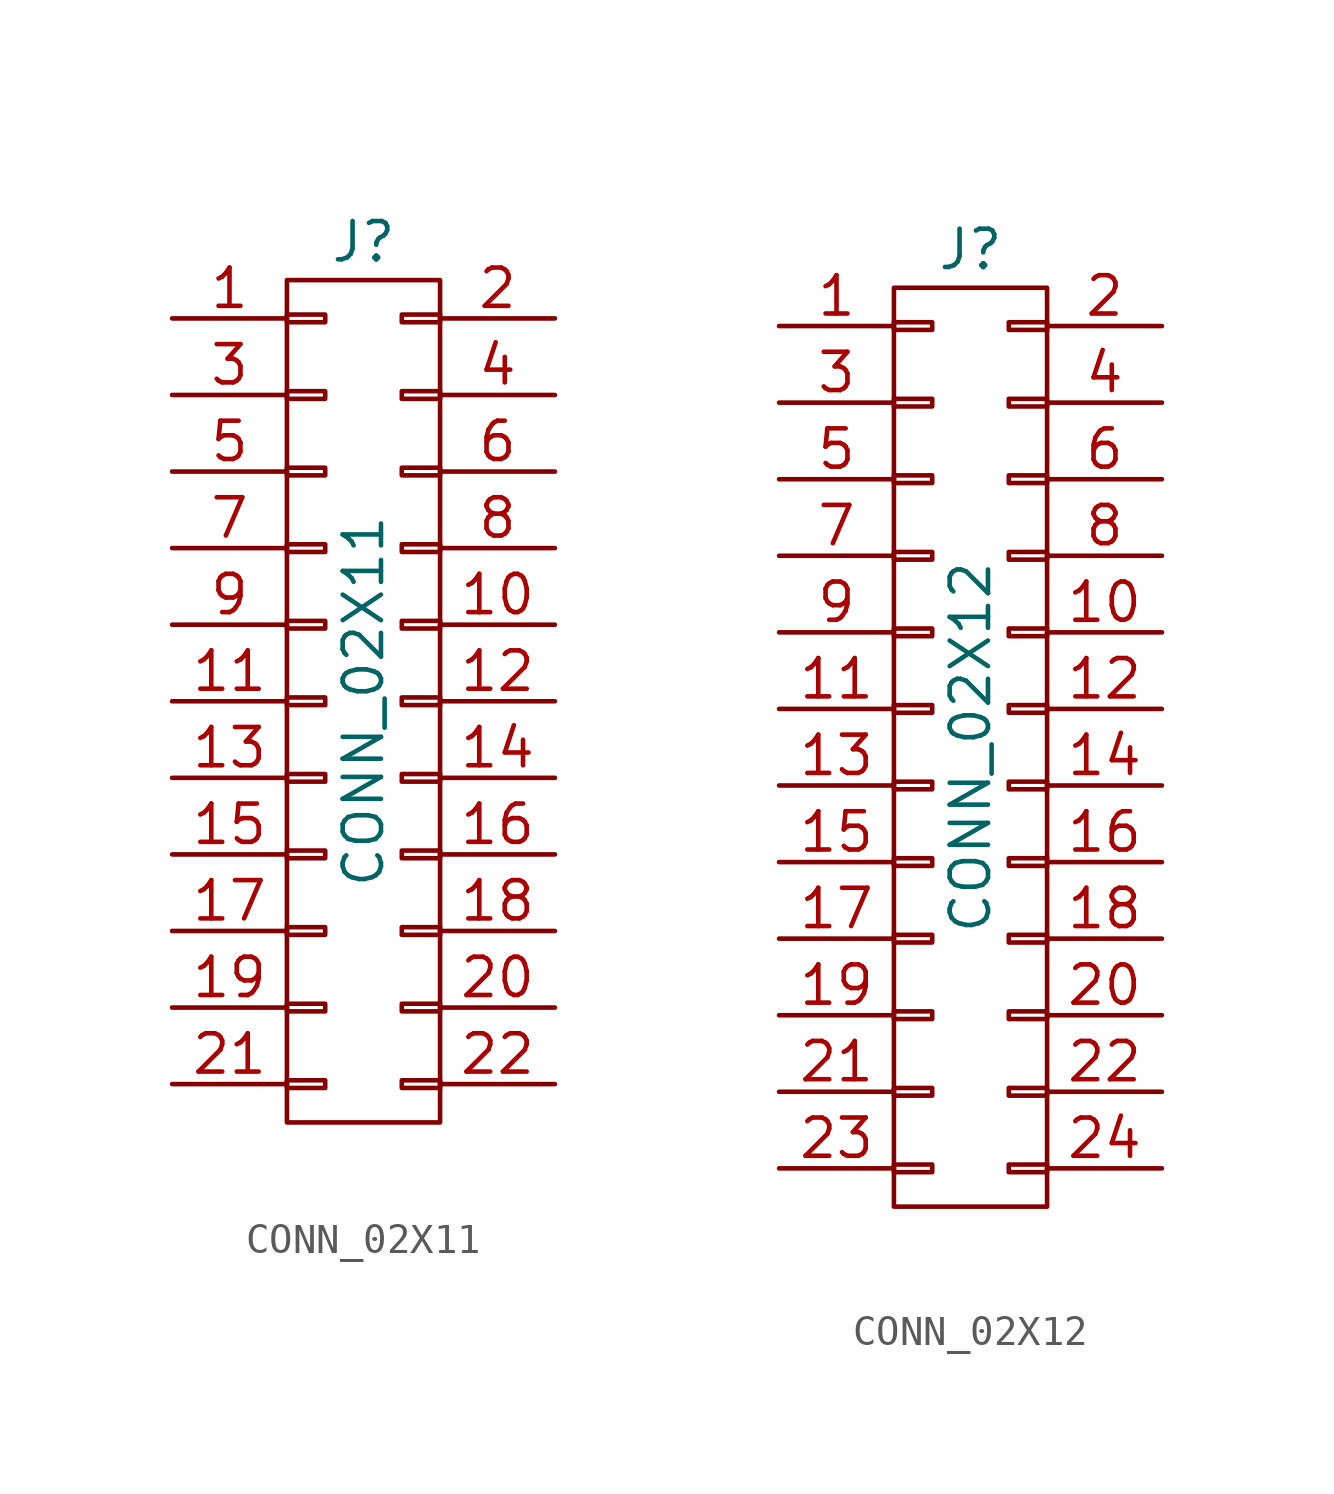
<source format=kicad_sym>
(kicad_symbol_lib
  (version 20211014)
  (generator kicad_symbol_editor)
  (symbol "CONN_02X11"
    (pin_names
      (offset 0.025) hide)
    (property "Reference" "J"
      (at 0 15.24 0)
      (effects (font (size 1.27 1.27))))
    (property "Value" "CONN_02X11"
      (at 0 0 90)
      (effects (font (size 1.27 1.27))))
    (symbol "CONN_02X11_0_1"
      (rectangle (start -2.54 -12.573) (end -1.27 -12.827) (stroke (width 0) (type default) (color 0 0 0 0)) (fill (type none)))
      (rectangle (start -2.54 -10.033) (end -1.27 -10.287) (stroke (width 0) (type default) (color 0 0 0 0)) (fill (type none)))
      (rectangle (start -2.54 -7.493) (end -1.27 -7.747) (stroke (width 0) (type default) (color 0 0 0 0)) (fill (type none)))
      (rectangle (start -2.54 -4.953) (end -1.27 -5.207) (stroke (width 0) (type default) (color 0 0 0 0)) (fill (type none)))
      (rectangle (start -2.54 -2.413) (end -1.27 -2.667) (stroke (width 0) (type default) (color 0 0 0 0)) (fill (type none)))
      (rectangle (start -2.54 0.127) (end -1.27 -0.127) (stroke (width 0) (type default) (color 0 0 0 0)) (fill (type none)))
      (rectangle (start -2.54 2.667) (end -1.27 2.413) (stroke (width 0) (type default) (color 0 0 0 0)) (fill (type none)))
      (rectangle (start -2.54 5.207) (end -1.27 4.953) (stroke (width 0) (type default) (color 0 0 0 0)) (fill (type none)))
      (rectangle (start -2.54 7.747) (end -1.27 7.493) (stroke (width 0) (type default) (color 0 0 0 0)) (fill (type none)))
      (rectangle (start -2.54 10.287) (end -1.27 10.033) (stroke (width 0) (type default) (color 0 0 0 0)) (fill (type none)))
      (rectangle (start -2.54 12.827) (end -1.27 12.573) (stroke (width 0) (type default) (color 0 0 0 0)) (fill (type none)))
      (rectangle (start -2.54 13.97) (end 2.54 -13.97) (stroke (width 0) (type default) (color 0 0 0 0)) (fill (type none)))
      (rectangle (start 1.27 -12.573) (end 2.54 -12.827) (stroke (width 0) (type default) (color 0 0 0 0)) (fill (type none)))
      (rectangle (start 1.27 -10.033) (end 2.54 -10.287) (stroke (width 0) (type default) (color 0 0 0 0)) (fill (type none)))
      (rectangle (start 1.27 -7.493) (end 2.54 -7.747) (stroke (width 0) (type default) (color 0 0 0 0)) (fill (type none)))
      (rectangle (start 1.27 -4.953) (end 2.54 -5.207) (stroke (width 0) (type default) (color 0 0 0 0)) (fill (type none)))
      (rectangle (start 1.27 -2.413) (end 2.54 -2.667) (stroke (width 0) (type default) (color 0 0 0 0)) (fill (type none)))
      (rectangle (start 1.27 0.127) (end 2.54 -0.127) (stroke (width 0) (type default) (color 0 0 0 0)) (fill (type none)))
      (rectangle (start 1.27 2.667) (end 2.54 2.413) (stroke (width 0) (type default) (color 0 0 0 0)) (fill (type none)))
      (rectangle (start 1.27 5.207) (end 2.54 4.953) (stroke (width 0) (type default) (color 0 0 0 0)) (fill (type none)))
      (rectangle (start 1.27 7.747) (end 2.54 7.493) (stroke (width 0) (type default) (color 0 0 0 0)) (fill (type none)))
      (rectangle (start 1.27 10.287) (end 2.54 10.033) (stroke (width 0) (type default) (color 0 0 0 0)) (fill (type none)))
      (rectangle (start 1.27 12.827) (end 2.54 12.573) (stroke (width 0) (type default) (color 0 0 0 0)) (fill (type none))))
    (symbol "CONN_02X11_1_1"
      (pin passive line (at -6.35 12.7 0) (length 3.81) (name "P1" (effects (font (size 1.27 1.27)))) (number "1" (effects (font (size 1.27 1.27)))))
      (pin passive line (at 6.35 2.54 180) (length 3.81) (name "P10" (effects (font (size 1.27 1.27)))) (number "10" (effects (font (size 1.27 1.27)))))
      (pin passive line (at -6.35 0 0) (length 3.81) (name "P11" (effects (font (size 1.27 1.27)))) (number "11" (effects (font (size 1.27 1.27)))))
      (pin passive line (at 6.35 0 180) (length 3.81) (name "P12" (effects (font (size 1.27 1.27)))) (number "12" (effects (font (size 1.27 1.27)))))
      (pin passive line (at -6.35 -2.54 0) (length 3.81) (name "P13" (effects (font (size 1.27 1.27)))) (number "13" (effects (font (size 1.27 1.27)))))
      (pin passive line (at 6.35 -2.54 180) (length 3.81) (name "P14" (effects (font (size 1.27 1.27)))) (number "14" (effects (font (size 1.27 1.27)))))
      (pin passive line (at -6.35 -5.08 0) (length 3.81) (name "P15" (effects (font (size 1.27 1.27)))) (number "15" (effects (font (size 1.27 1.27)))))
      (pin passive line (at 6.35 -5.08 180) (length 3.81) (name "P16" (effects (font (size 1.27 1.27)))) (number "16" (effects (font (size 1.27 1.27)))))
      (pin passive line (at -6.35 -7.62 0) (length 3.81) (name "P17" (effects (font (size 1.27 1.27)))) (number "17" (effects (font (size 1.27 1.27)))))
      (pin passive line (at 6.35 -7.62 180) (length 3.81) (name "P18" (effects (font (size 1.27 1.27)))) (number "18" (effects (font (size 1.27 1.27)))))
      (pin passive line (at -6.35 -10.16 0) (length 3.81) (name "P19" (effects (font (size 1.27 1.27)))) (number "19" (effects (font (size 1.27 1.27)))))
      (pin passive line (at 6.35 12.7 180) (length 3.81) (name "P2" (effects (font (size 1.27 1.27)))) (number "2" (effects (font (size 1.27 1.27)))))
      (pin passive line (at 6.35 -10.16 180) (length 3.81) (name "P20" (effects (font (size 1.27 1.27)))) (number "20" (effects (font (size 1.27 1.27)))))
      (pin passive line (at -6.35 -12.7 0) (length 3.81) (name "P21" (effects (font (size 1.27 1.27)))) (number "21" (effects (font (size 1.27 1.27)))))
      (pin passive line (at 6.35 -12.7 180) (length 3.81) (name "P22" (effects (font (size 1.27 1.27)))) (number "22" (effects (font (size 1.27 1.27)))))
      (pin passive line (at -6.35 10.16 0) (length 3.81) (name "P3" (effects (font (size 1.27 1.27)))) (number "3" (effects (font (size 1.27 1.27)))))
      (pin passive line (at 6.35 10.16 180) (length 3.81) (name "P4" (effects (font (size 1.27 1.27)))) (number "4" (effects (font (size 1.27 1.27)))))
      (pin passive line (at -6.35 7.62 0) (length 3.81) (name "P5" (effects (font (size 1.27 1.27)))) (number "5" (effects (font (size 1.27 1.27)))))
      (pin passive line (at 6.35 7.62 180) (length 3.81) (name "P6" (effects (font (size 1.27 1.27)))) (number "6" (effects (font (size 1.27 1.27)))))
      (pin passive line (at -6.35 5.08 0) (length 3.81) (name "P7" (effects (font (size 1.27 1.27)))) (number "7" (effects (font (size 1.27 1.27)))))
      (pin passive line (at 6.35 5.08 180) (length 3.81) (name "P8" (effects (font (size 1.27 1.27)))) (number "8" (effects (font (size 1.27 1.27)))))
      (pin passive line (at -6.35 2.54 0) (length 3.81) (name "P9" (effects (font (size 1.27 1.27)))) (number "9" (effects (font (size 1.27 1.27)))))))
  (symbol "CONN_02X12"
    (pin_names
      (offset 0.025) hide)
    (property "Reference" "J"
      (at 0 16.51 0)
      (effects (font (size 1.27 1.27))))
    (property "Value" "CONN_02X12"
      (at 0 0 90)
      (effects (font (size 1.27 1.27))))
    (symbol "CONN_02X12_0_1"
      (rectangle (start -2.54 -13.843) (end -1.27 -14.097) (stroke (width 0) (type default) (color 0 0 0 0)) (fill (type none)))
      (rectangle (start -2.54 -11.303) (end -1.27 -11.557) (stroke (width 0) (type default) (color 0 0 0 0)) (fill (type none)))
      (rectangle (start -2.54 -8.763) (end -1.27 -9.017) (stroke (width 0) (type default) (color 0 0 0 0)) (fill (type none)))
      (rectangle (start -2.54 -6.223) (end -1.27 -6.477) (stroke (width 0) (type default) (color 0 0 0 0)) (fill (type none)))
      (rectangle (start -2.54 -3.683) (end -1.27 -3.937) (stroke (width 0) (type default) (color 0 0 0 0)) (fill (type none)))
      (rectangle (start -2.54 -1.143) (end -1.27 -1.397) (stroke (width 0) (type default) (color 0 0 0 0)) (fill (type none)))
      (rectangle (start -2.54 1.397) (end -1.27 1.143) (stroke (width 0) (type default) (color 0 0 0 0)) (fill (type none)))
      (rectangle (start -2.54 3.937) (end -1.27 3.683) (stroke (width 0) (type default) (color 0 0 0 0)) (fill (type none)))
      (rectangle (start -2.54 6.477) (end -1.27 6.223) (stroke (width 0) (type default) (color 0 0 0 0)) (fill (type none)))
      (rectangle (start -2.54 9.017) (end -1.27 8.763) (stroke (width 0) (type default) (color 0 0 0 0)) (fill (type none)))
      (rectangle (start -2.54 11.557) (end -1.27 11.303) (stroke (width 0) (type default) (color 0 0 0 0)) (fill (type none)))
      (rectangle (start -2.54 14.097) (end -1.27 13.843) (stroke (width 0) (type default) (color 0 0 0 0)) (fill (type none)))
      (rectangle (start -2.54 15.24) (end 2.54 -15.24) (stroke (width 0) (type default) (color 0 0 0 0)) (fill (type none)))
      (rectangle (start 1.27 -13.843) (end 2.54 -14.097) (stroke (width 0) (type default) (color 0 0 0 0)) (fill (type none)))
      (rectangle (start 1.27 -11.303) (end 2.54 -11.557) (stroke (width 0) (type default) (color 0 0 0 0)) (fill (type none)))
      (rectangle (start 1.27 -8.763) (end 2.54 -9.017) (stroke (width 0) (type default) (color 0 0 0 0)) (fill (type none)))
      (rectangle (start 1.27 -6.223) (end 2.54 -6.477) (stroke (width 0) (type default) (color 0 0 0 0)) (fill (type none)))
      (rectangle (start 1.27 -3.683) (end 2.54 -3.937) (stroke (width 0) (type default) (color 0 0 0 0)) (fill (type none)))
      (rectangle (start 1.27 -1.143) (end 2.54 -1.397) (stroke (width 0) (type default) (color 0 0 0 0)) (fill (type none)))
      (rectangle (start 1.27 1.397) (end 2.54 1.143) (stroke (width 0) (type default) (color 0 0 0 0)) (fill (type none)))
      (rectangle (start 1.27 3.937) (end 2.54 3.683) (stroke (width 0) (type default) (color 0 0 0 0)) (fill (type none)))
      (rectangle (start 1.27 6.477) (end 2.54 6.223) (stroke (width 0) (type default) (color 0 0 0 0)) (fill (type none)))
      (rectangle (start 1.27 9.017) (end 2.54 8.763) (stroke (width 0) (type default) (color 0 0 0 0)) (fill (type none)))
      (rectangle (start 1.27 11.557) (end 2.54 11.303) (stroke (width 0) (type default) (color 0 0 0 0)) (fill (type none)))
      (rectangle (start 1.27 14.097) (end 2.54 13.843) (stroke (width 0) (type default) (color 0 0 0 0)) (fill (type none))))
    (symbol "CONN_02X12_1_1"
      (pin passive line (at -6.35 13.97 0) (length 3.81) (name "P1" (effects (font (size 1.27 1.27)))) (number "1" (effects (font (size 1.27 1.27)))))
      (pin passive line (at 6.35 3.81 180) (length 3.81) (name "P10" (effects (font (size 1.27 1.27)))) (number "10" (effects (font (size 1.27 1.27)))))
      (pin passive line (at -6.35 1.27 0) (length 3.81) (name "P11" (effects (font (size 1.27 1.27)))) (number "11" (effects (font (size 1.27 1.27)))))
      (pin passive line (at 6.35 1.27 180) (length 3.81) (name "P12" (effects (font (size 1.27 1.27)))) (number "12" (effects (font (size 1.27 1.27)))))
      (pin passive line (at -6.35 -1.27 0) (length 3.81) (name "P13" (effects (font (size 1.27 1.27)))) (number "13" (effects (font (size 1.27 1.27)))))
      (pin passive line (at 6.35 -1.27 180) (length 3.81) (name "P14" (effects (font (size 1.27 1.27)))) (number "14" (effects (font (size 1.27 1.27)))))
      (pin passive line (at -6.35 -3.81 0) (length 3.81) (name "P15" (effects (font (size 1.27 1.27)))) (number "15" (effects (font (size 1.27 1.27)))))
      (pin passive line (at 6.35 -3.81 180) (length 3.81) (name "P16" (effects (font (size 1.27 1.27)))) (number "16" (effects (font (size 1.27 1.27)))))
      (pin passive line (at -6.35 -6.35 0) (length 3.81) (name "P17" (effects (font (size 1.27 1.27)))) (number "17" (effects (font (size 1.27 1.27)))))
      (pin passive line (at 6.35 -6.35 180) (length 3.81) (name "P18" (effects (font (size 1.27 1.27)))) (number "18" (effects (font (size 1.27 1.27)))))
      (pin passive line (at -6.35 -8.89 0) (length 3.81) (name "P19" (effects (font (size 1.27 1.27)))) (number "19" (effects (font (size 1.27 1.27)))))
      (pin passive line (at 6.35 13.97 180) (length 3.81) (name "P2" (effects (font (size 1.27 1.27)))) (number "2" (effects (font (size 1.27 1.27)))))
      (pin passive line (at 6.35 -8.89 180) (length 3.81) (name "P20" (effects (font (size 1.27 1.27)))) (number "20" (effects (font (size 1.27 1.27)))))
      (pin passive line (at -6.35 -11.43 0) (length 3.81) (name "P21" (effects (font (size 1.27 1.27)))) (number "21" (effects (font (size 1.27 1.27)))))
      (pin passive line (at 6.35 -11.43 180) (length 3.81) (name "P22" (effects (font (size 1.27 1.27)))) (number "22" (effects (font (size 1.27 1.27)))))
      (pin passive line (at -6.35 -13.97 0) (length 3.81) (name "P23" (effects (font (size 1.27 1.27)))) (number "23" (effects (font (size 1.27 1.27)))))
      (pin passive line (at 6.35 -13.97 180) (length 3.81) (name "P24" (effects (font (size 1.27 1.27)))) (number "24" (effects (font (size 1.27 1.27)))))
      (pin passive line (at -6.35 11.43 0) (length 3.81) (name "P3" (effects (font (size 1.27 1.27)))) (number "3" (effects (font (size 1.27 1.27)))))
      (pin passive line (at 6.35 11.43 180) (length 3.81) (name "P4" (effects (font (size 1.27 1.27)))) (number "4" (effects (font (size 1.27 1.27)))))
      (pin passive line (at -6.35 8.89 0) (length 3.81) (name "P5" (effects (font (size 1.27 1.27)))) (number "5" (effects (font (size 1.27 1.27)))))
      (pin passive line (at 6.35 8.89 180) (length 3.81) (name "P6" (effects (font (size 1.27 1.27)))) (number "6" (effects (font (size 1.27 1.27)))))
      (pin passive line (at -6.35 6.35 0) (length 3.81) (name "P7" (effects (font (size 1.27 1.27)))) (number "7" (effects (font (size 1.27 1.27)))))
      (pin passive line (at 6.35 6.35 180) (length 3.81) (name "P8" (effects (font (size 1.27 1.27)))) (number "8" (effects (font (size 1.27 1.27)))))
      (pin passive line (at -6.35 3.81 0) (length 3.81) (name "P9" (effects (font (size 1.27 1.27)))) (number "9" (effects (font (size 1.27 1.27))))))))
</source>
